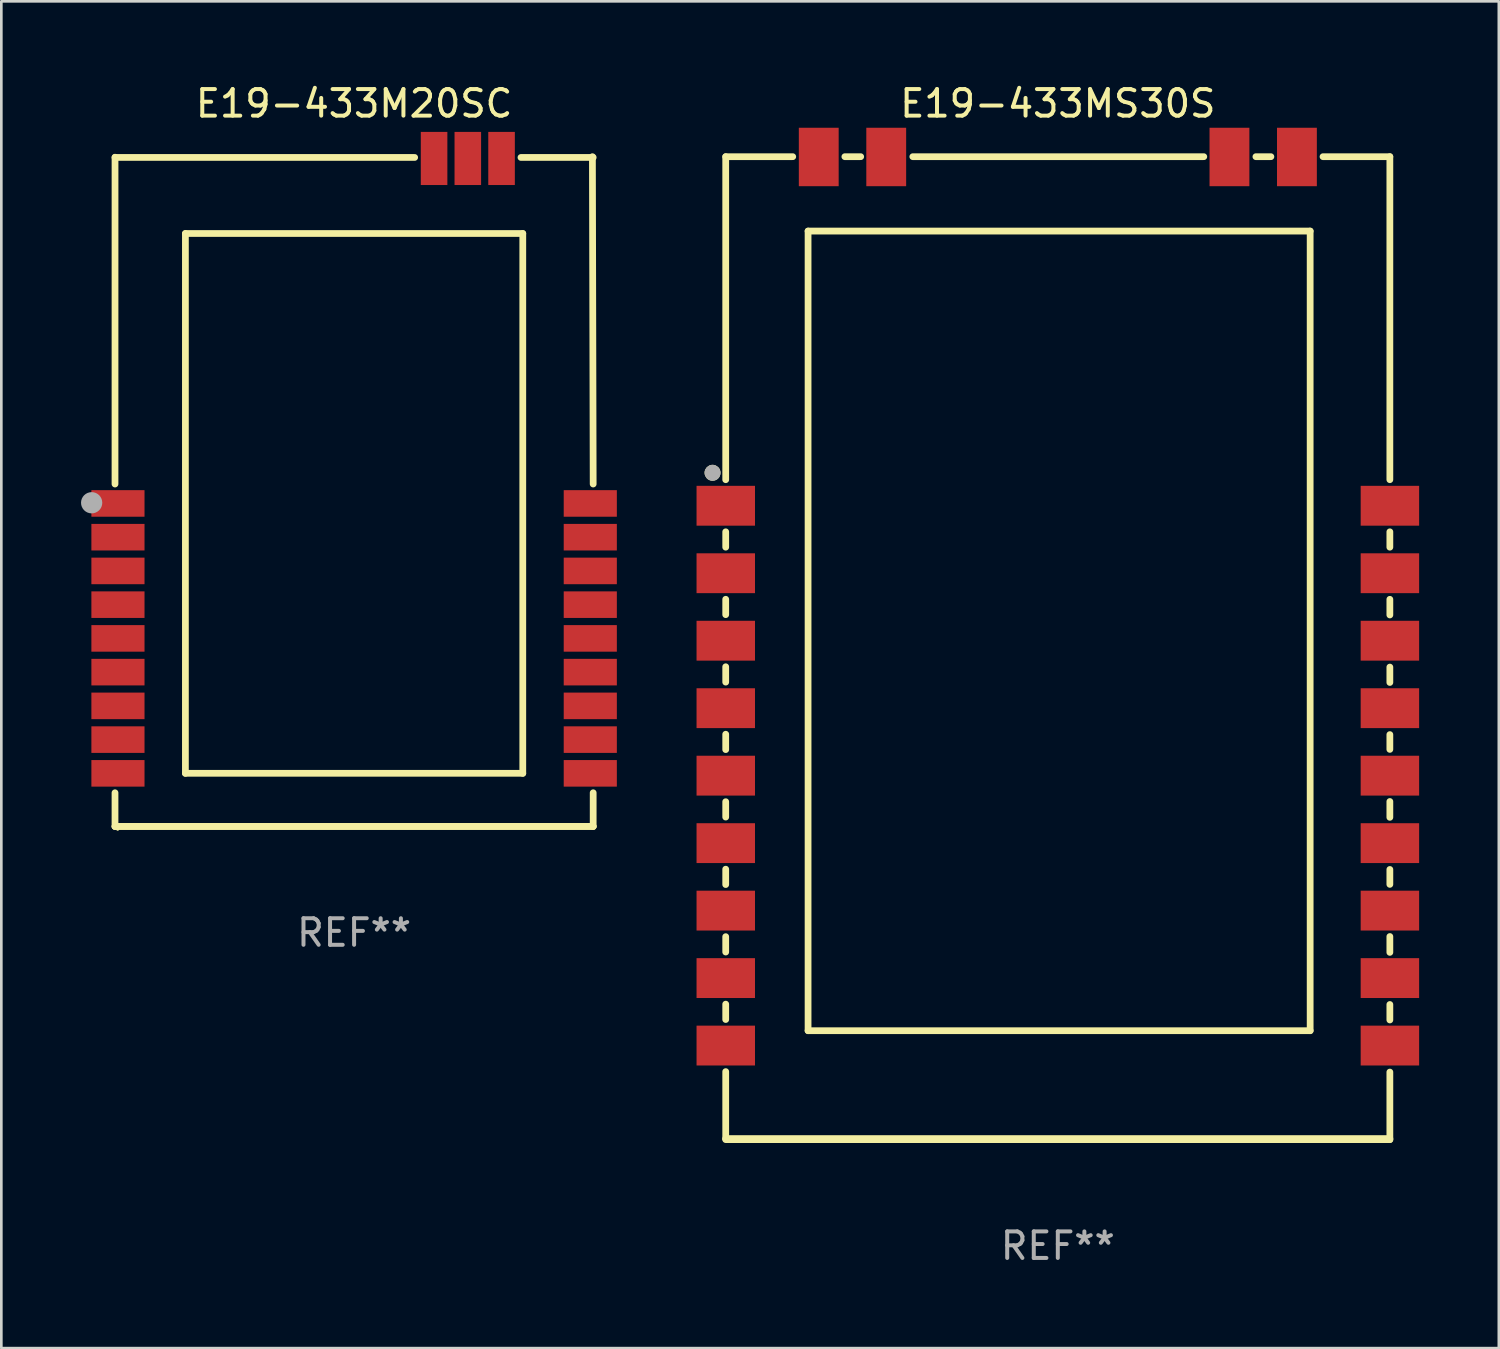
<source format=kicad_pcb>
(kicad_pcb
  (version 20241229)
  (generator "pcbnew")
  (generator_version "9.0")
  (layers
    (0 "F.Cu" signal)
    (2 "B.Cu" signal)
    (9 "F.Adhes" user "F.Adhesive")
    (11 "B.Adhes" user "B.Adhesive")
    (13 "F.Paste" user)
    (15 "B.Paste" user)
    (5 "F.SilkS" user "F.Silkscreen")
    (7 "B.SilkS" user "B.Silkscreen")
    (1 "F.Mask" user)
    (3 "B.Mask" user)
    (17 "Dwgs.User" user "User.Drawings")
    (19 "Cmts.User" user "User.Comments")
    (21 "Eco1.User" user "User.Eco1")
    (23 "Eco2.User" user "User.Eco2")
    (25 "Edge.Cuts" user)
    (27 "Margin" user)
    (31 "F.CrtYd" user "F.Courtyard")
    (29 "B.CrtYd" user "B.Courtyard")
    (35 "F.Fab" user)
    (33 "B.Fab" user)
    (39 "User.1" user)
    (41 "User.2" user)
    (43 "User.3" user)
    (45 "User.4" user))
  (footprint "E19-433M20SC"
    (layer "F.Cu")
    (at 10.279 15.454)
    (property "Reference" "E19-433M20SC" (at 0 -14.606 0) (layer "F.SilkS") (effects (font (size 1 1) (thickness 0.15))))
    (attr through_hole)
    (fp_line (start -9 -12.577) (end 2.28 -12.577) (stroke (width 0.254) (type solid)) (layer "F.SilkS"))
    (fp_line (start -9 -0.284) (end -8.999 -12.586) (stroke (width 0.254) (type solid)) (layer "F.SilkS"))
    (fp_line (start -9 12.606) (end -9 11.338) (stroke (width 0.254) (type solid)) (layer "F.SilkS"))
    (fp_line (start -9 12.606) (end 9 12.606) (stroke (width 0.254) (type solid)) (layer "F.SilkS"))
    (fp_line (start -6.35 -9.714) (end 6.35 -9.714) (stroke (width 0.254) (type solid)) (layer "F.SilkS"))
    (fp_line (start -6.35 10.606) (end -6.35 -9.714) (stroke (width 0.254) (type solid)) (layer "F.SilkS"))
    (fp_line (start 6.282 -12.577) (end 9 -12.577) (stroke (width 0.254) (type solid)) (layer "F.SilkS"))
    (fp_line (start 6.35 -9.714) (end 6.35 10.606) (stroke (width 0.254) (type solid)) (layer "F.SilkS"))
    (fp_line (start 6.35 10.606) (end -6.35 10.606) (stroke (width 0.254) (type solid)) (layer "F.SilkS"))
    (fp_line (start 8.971 -12.606) (end 9 -0.284) (stroke (width 0.254) (type solid)) (layer "F.SilkS"))
    (fp_line (start 9 11.338) (end 9 12.606) (stroke (width 0.254) (type solid)) (layer "F.SilkS"))
    (fp_line (start 9 12.606) (end -9 12.606) (stroke (width 0.254) (type solid)) (layer "F.SilkS"))
    (fp_circle (center -8.899 12.711) (end -8.869 12.711) (stroke (width 0.06) (type solid)) (fill no) (layer "F.SilkS"))
    (fp_circle (center -9.879 0.421) (end -9.679 0.421) (stroke (width 0.4) (type solid)) (fill no) (layer "F.Fab"))
    (fp_text user "REF**" (at 0 16.606 0) (layer "F.Fab") (effects (font (size 1 1) (thickness 0.15))))
    (pad "1" smd rect (at -8.889 0.447) (size 2 1) (layers "F.Cu" "F.Mask" "F.Paste"))
    (pad "2" smd rect (at -8.889 1.717) (size 2 1) (layers "F.Cu" "F.Mask" "F.Paste"))
    (pad "3" smd rect (at -8.889 2.987) (size 2 1) (layers "F.Cu" "F.Mask" "F.Paste"))
    (pad "4" smd rect (at -8.889 4.257) (size 2 1) (layers "F.Cu" "F.Mask" "F.Paste"))
    (pad "5" smd rect (at -8.889 5.527) (size 2 1) (layers "F.Cu" "F.Mask" "F.Paste"))
    (pad "6" smd rect (at -8.889 6.797) (size 2 1) (layers "F.Cu" "F.Mask" "F.Paste"))
    (pad "7" smd rect (at -8.889 8.067) (size 2 1) (layers "F.Cu" "F.Mask" "F.Paste"))
    (pad "8" smd rect (at -8.889 9.337) (size 2 1) (layers "F.Cu" "F.Mask" "F.Paste"))
    (pad "9" smd rect (at -8.889 10.607) (size 2 1) (layers "F.Cu" "F.Mask" "F.Paste"))
    (pad "10" smd rect (at 8.891 10.607) (size 2 1) (layers "F.Cu" "F.Mask" "F.Paste"))
    (pad "11" smd rect (at 8.891 9.337) (size 2 1) (layers "F.Cu" "F.Mask" "F.Paste"))
    (pad "12" smd rect (at 8.891 8.067) (size 2 1) (layers "F.Cu" "F.Mask" "F.Paste"))
    (pad "13" smd rect (at 8.891 6.797) (size 2 1) (layers "F.Cu" "F.Mask" "F.Paste"))
    (pad "14" smd rect (at 8.891 5.527) (size 2 1) (layers "F.Cu" "F.Mask" "F.Paste"))
    (pad "15" smd rect (at 8.891 4.257) (size 2 1) (layers "F.Cu" "F.Mask" "F.Paste"))
    (pad "16" smd rect (at 8.891 2.987) (size 2 1) (layers "F.Cu" "F.Mask" "F.Paste"))
    (pad "17" smd rect (at 8.891 1.717) (size 2 1) (layers "F.Cu" "F.Mask" "F.Paste"))
    (pad "18" smd rect (at 8.891 0.447) (size 2 1) (layers "F.Cu" "F.Mask" "F.Paste"))
    (pad "19" smd rect (at 5.551 -12.539 90) (size 2 1) (layers "F.Cu" "F.Mask" "F.Paste"))
    (pad "20" smd rect (at 4.281 -12.539 90) (size 2 1) (layers "F.Cu" "F.Mask" "F.Paste"))
    (pad "21" smd rect (at 3.011 -12.539 90) (size 2 1) (layers "F.Cu" "F.Mask" "F.Paste")))
  (footprint "E19-433MS30S"
    (layer "F.Cu")
    (at 36.769 21.348)
    (property "Reference" "E19-433MS30S" (at 0 -20.5 0) (layer "F.SilkS") (effects (font (size 1 1) (thickness 0.15))))
    (attr through_hole)
    (fp_line (start -12.501 -18.5) (end -12.501 -6.341) (stroke (width 0.254) (type solid)) (layer "F.SilkS"))
    (fp_line (start -12.501 -18.5) (end -9.978 -18.5) (stroke (width 0.254) (type solid)) (layer "F.SilkS"))
    (fp_line (start -12.501 -4.379) (end -12.501 -3.801) (stroke (width 0.254) (type solid)) (layer "F.SilkS"))
    (fp_line (start -12.501 -1.839) (end -12.501 -1.261) (stroke (width 0.254) (type solid)) (layer "F.SilkS"))
    (fp_line (start -12.501 0.701) (end -12.501 1.279) (stroke (width 0.254) (type solid)) (layer "F.SilkS"))
    (fp_line (start -12.501 3.241) (end -12.501 3.819) (stroke (width 0.254) (type solid)) (layer "F.SilkS"))
    (fp_line (start -12.501 5.781) (end -12.501 6.359) (stroke (width 0.254) (type solid)) (layer "F.SilkS"))
    (fp_line (start -12.501 8.321) (end -12.501 8.899) (stroke (width 0.254) (type solid)) (layer "F.SilkS"))
    (fp_line (start -12.501 10.861) (end -12.501 11.439) (stroke (width 0.254) (type solid)) (layer "F.SilkS"))
    (fp_line (start -12.501 13.401) (end -12.501 13.979) (stroke (width 0.254) (type solid)) (layer "F.SilkS"))
    (fp_line (start -12.501 15.941) (end -12.501 18.46) (stroke (width 0.254) (type solid)) (layer "F.SilkS"))
    (fp_line (start -12.501 18.46) (end 12.499 18.46) (stroke (width 0.254) (type solid)) (layer "F.SilkS"))
    (fp_line (start -9.401 -15.7) (end 9.499 -15.7) (stroke (width 0.254) (type solid)) (layer "F.SilkS"))
    (fp_line (start -9.401 14.4) (end -9.401 -15.7) (stroke (width 0.254) (type solid)) (layer "F.SilkS"))
    (fp_line (start -8.016 -18.5) (end -7.42 -18.5) (stroke (width 0.254) (type solid)) (layer "F.SilkS"))
    (fp_line (start -5.458 -18.5) (end 5.495 -18.5) (stroke (width 0.254) (type solid)) (layer "F.SilkS"))
    (fp_line (start 7.457 -18.5) (end 8.021 -18.5) (stroke (width 0.254) (type solid)) (layer "F.SilkS"))
    (fp_line (start 9.499 -15.7) (end 9.499 14.4) (stroke (width 0.254) (type solid)) (layer "F.SilkS"))
    (fp_line (start 9.499 14.4) (end -9.401 14.4) (stroke (width 0.254) (type solid)) (layer "F.SilkS"))
    (fp_line (start 9.983 -18.5) (end 12.499 -18.5) (stroke (width 0.254) (type solid)) (layer "F.SilkS"))
    (fp_line (start 12.499 -6.341) (end 12.499 -18.5) (stroke (width 0.254) (type solid)) (layer "F.SilkS"))
    (fp_line (start 12.499 -3.8) (end 12.499 -4.379) (stroke (width 0.254) (type solid)) (layer "F.SilkS"))
    (fp_line (start 12.499 -1.249) (end 12.499 -1.838) (stroke (width 0.254) (type solid)) (layer "F.SilkS"))
    (fp_line (start 12.499 1.292) (end 12.499 0.713) (stroke (width 0.254) (type solid)) (layer "F.SilkS"))
    (fp_line (start 12.499 3.811) (end 12.499 3.254) (stroke (width 0.254) (type solid)) (layer "F.SilkS"))
    (fp_line (start 12.499 6.369) (end 12.499 5.773) (stroke (width 0.254) (type solid)) (layer "F.SilkS"))
    (fp_line (start 12.499 8.892) (end 12.499 8.331) (stroke (width 0.254) (type solid)) (layer "F.SilkS"))
    (fp_line (start 12.499 11.452) (end 12.499 10.855) (stroke (width 0.254) (type solid)) (layer "F.SilkS"))
    (fp_line (start 12.499 13.996) (end 12.499 13.414) (stroke (width 0.254) (type solid)) (layer "F.SilkS"))
    (fp_line (start 12.499 18.5) (end -12.501 18.5) (stroke (width 0.254) (type solid)) (layer "F.SilkS"))
    (fp_line (start 12.499 18.5) (end 12.499 15.958) (stroke (width 0.254) (type solid)) (layer "F.SilkS"))
    (fp_circle (center -12.997 -6.601) (end -12.847 -6.601) (stroke (width 0.3) (type solid)) (fill no) (layer "F.SilkS"))
    (fp_circle (center -12.499 -18.54) (end -12.469 -18.54) (stroke (width 0.06) (type solid)) (fill no) (layer "F.SilkS"))
    (fp_circle (center -12.997 -6.601) (end -12.847 -6.601) (stroke (width 0.3) (type solid)) (fill no) (layer "F.Fab"))
    (fp_text user "E19-433MS1W" (at -6.997 8.615 0) (layer "B.Mask") (effects (font (size 1 1) (thickness 0.15))))
    (fp_text user "REF**" (at 0 22.5 0) (layer "F.Fab") (effects (font (size 1 1) (thickness 0.15))))
    (pad "1" smd rect (at -12.499 -5.36) (size 2.2 1.5) (layers "F.Cu" "F.Mask" "F.Paste"))
    (pad "2" smd rect (at -12.499 -2.82) (size 2.2 1.5) (layers "F.Cu" "F.Mask" "F.Paste"))
    (pad "3" smd rect (at -12.499 -0.28) (size 2.2 1.5) (layers "F.Cu" "F.Mask" "F.Paste"))
    (pad "4" smd rect (at -12.499 2.26) (size 2.2 1.5) (layers "F.Cu" "F.Mask" "F.Paste"))
    (pad "5" smd rect (at -12.499 4.8) (size 2.2 1.5) (layers "F.Cu" "F.Mask" "F.Paste"))
    (pad "6" smd rect (at -12.499 7.34) (size 2.2 1.5) (layers "F.Cu" "F.Mask" "F.Paste"))
    (pad "7" smd rect (at -12.499 9.88) (size 2.2 1.5) (layers "F.Cu" "F.Mask" "F.Paste"))
    (pad "8" smd rect (at -12.499 12.42) (size 2.2 1.5) (layers "F.Cu" "F.Mask" "F.Paste"))
    (pad "9" smd rect (at -12.499 14.96) (size 2.2 1.5) (layers "F.Cu" "F.Mask" "F.Paste"))
    (pad "10" smd rect (at 12.501 14.96) (size 2.2 1.5) (layers "F.Cu" "F.Mask" "F.Paste"))
    (pad "11" smd rect (at 12.501 12.42) (size 2.2 1.5) (layers "F.Cu" "F.Mask" "F.Paste"))
    (pad "12" smd rect (at 12.501 9.88) (size 2.2 1.5) (layers "F.Cu" "F.Mask" "F.Paste"))
    (pad "13" smd rect (at 12.501 7.34) (size 2.2 1.5) (layers "F.Cu" "F.Mask" "F.Paste"))
    (pad "14" smd rect (at 12.501 4.8) (size 2.2 1.5) (layers "F.Cu" "F.Mask" "F.Paste"))
    (pad "15" smd rect (at 12.501 2.26) (size 2.2 1.5) (layers "F.Cu" "F.Mask" "F.Paste"))
    (pad "16" smd rect (at 12.501 -0.28) (size 2.2 1.5) (layers "F.Cu" "F.Mask" "F.Paste"))
    (pad "17" smd rect (at 12.501 -2.82) (size 2.2 1.5) (layers "F.Cu" "F.Mask" "F.Paste"))
    (pad "18" smd rect (at 12.501 -5.36) (size 2.2 1.5) (layers "F.Cu" "F.Mask" "F.Paste"))
    (pad "19" smd rect (at 9.001 -18.489 90) (size 2.2 1.5) (layers "F.Cu" "F.Mask" "F.Paste"))
    (pad "20" smd rect (at 6.461 -18.489 90) (size 2.2 1.5) (layers "F.Cu" "F.Mask" "F.Paste"))
    (pad "21" smd rect (at -6.459 -18.489 90) (size 2.2 1.5) (layers "F.Cu" "F.Mask" "F.Paste"))
    (pad "22" smd rect (at -8.999 -18.489 90) (size 2.2 1.5) (layers "F.Cu" "F.Mask" "F.Paste")))
  (gr_rect
    (start -3 -3)
    (end 53.37 47.697)
    (stroke (width 0.1) (type default))
    (fill no)
    (layer "Edge.Cuts")))
</source>
